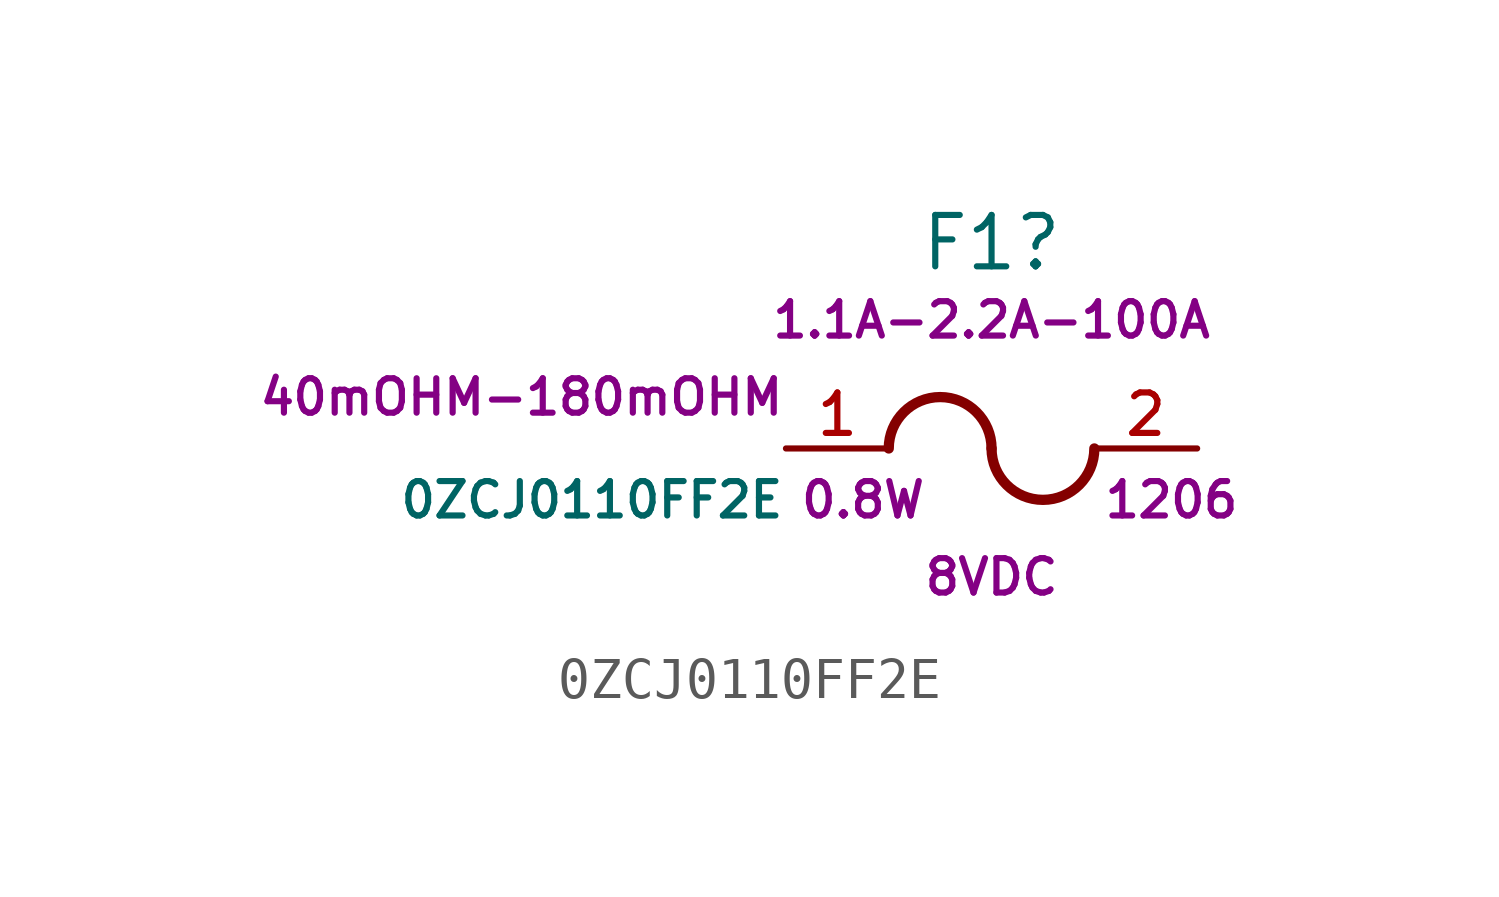
<source format=kicad_sym>
(kicad_symbol_lib
  (version 20211014)
  (generator kicad_symbol_editor)
  (symbol "0ZCJ0110FF2E"
    (pin_names hide)
    (property "Reference" "F1"
      (at 5.08 5.08 0)
      (effects (font (size 1.27 1.27))))
    (property "Value" "0ZCJ0110FF2E"
      (at 0 -1.27 0)
      (effects (font (size 0.85 0.85)) (justify right)))
    (property "Rated Current" "1.1A-2.2A-100A"
      (at 5.08 3.175 0)
      (effects (font (size 0.85 0.85))))
    (property "Resistance" "40mOHM-180mOHM"
      (at 0 1.27 0)
      (effects (font (size 0.85 0.85)) (justify right)))
    (property "Max Voltage" "8VDC"
      (at 5.08 -3.175 0)
      (effects (font (size 0.85 0.85))))
    (property "Typical Power" "0.8W"
      (at 1.905 -1.27 0)
      (effects (font (size 0.85 0.85))))
    (property "Size" "1206"
      (at 9.525 -1.27 0)
      (effects (font (size 0.85 0.85))))
    (symbol "0ZCJ0110FF2E_1_1"
      (arc (start 5.08 0) (mid 3.81 1.27) (end 2.54 0) (stroke (width 0.254) (type default) (color 0 0 0 0)) (fill (type none)))
      (arc (start 5.08 0) (mid 6.35 -1.27) (end 7.62 0) (stroke (width 0.254) (type default) (color 0 0 0 0)) (fill (type none)))
      (pin passive line (at 0 0 0) (length 2.54) (name "1" (effects (font (size 1.27 1.27)))) (number "1" (effects (font (size 1 1)))))
      (pin passive line (at 10.16 0 180) (length 2.54) (name "2" (effects (font (size 1.27 1.27)))) (number "2" (effects (font (size 1 1))))))))
</source>
